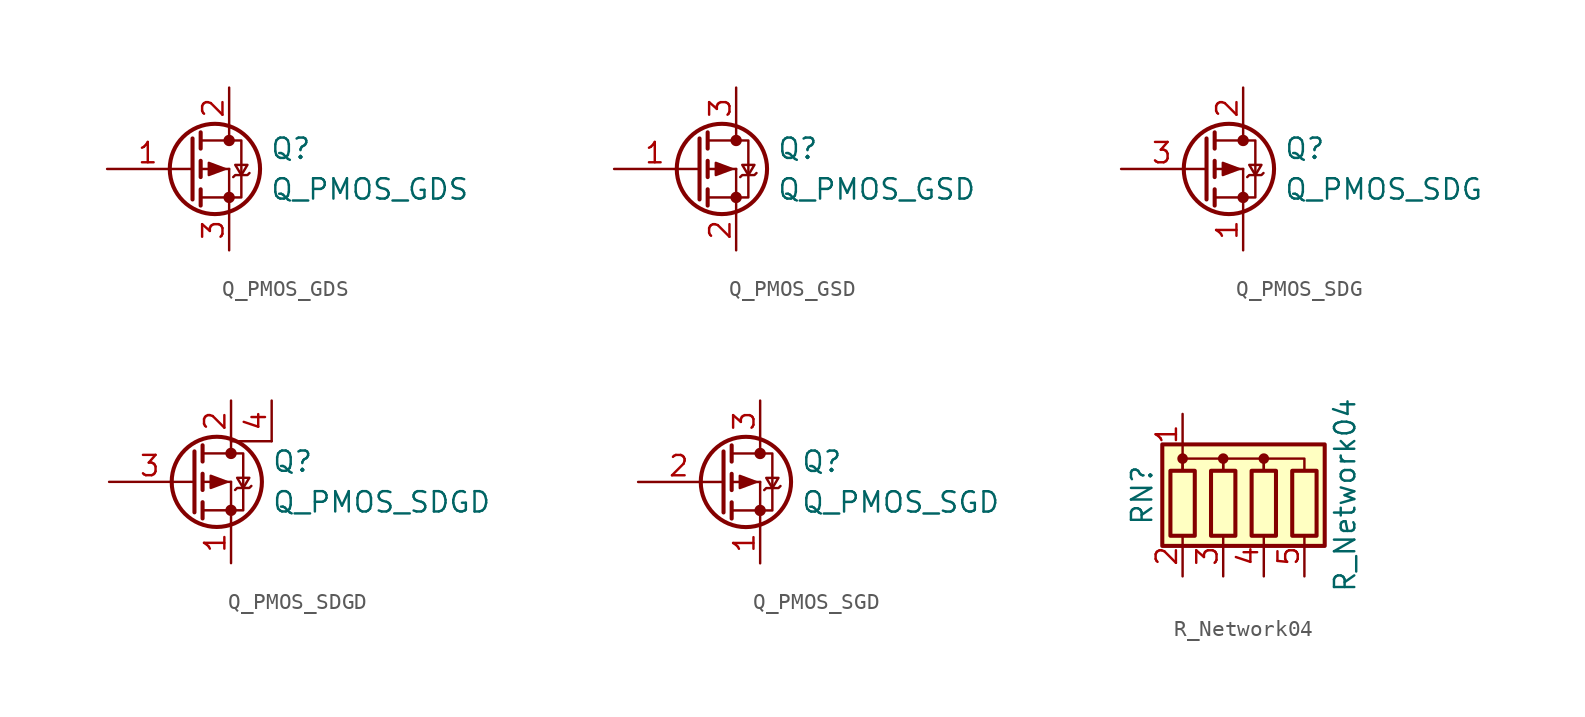
<source format=kicad_sym>
(kicad_symbol_lib
  (version 20201005)
  (generator kicad_symbol_editor)
  (symbol "Q_PMOS_GDS"
    (pin_names
      (offset 0) hide)
    (property "Reference" "Q"
      (at 5.08 1.27 0)
      (effects (font (size 1.27 1.27)) (justify left)))
    (property "Value" "Q_PMOS_GDS"
      (at 5.08 -1.27 0)
      (effects (font (size 1.27 1.27)) (justify left)))
    (symbol "Q_PMOS_GDS_0_1"
      (circle (center 1.651 0) (radius 2.819) (stroke (width 0.254)) (fill (type none)))
      (circle (center 2.54 -1.778) (radius 0.279) (stroke (width 0)) (fill (type outline)))
      (circle (center 2.54 1.778) (radius 0.279) (stroke (width 0)) (fill (type outline)))
      (polyline (pts (xy 0.051 0) (xy 0.254 0)) (stroke (width 0)) (fill (type none)))
      (polyline (pts (xy 0.762 -1.778) (xy 2.54 -1.778)) (stroke (width 0)) (fill (type none)))
      (polyline (pts (xy 0.762 -1.27) (xy 0.762 -2.286)) (stroke (width 0.254)) (fill (type none)))
      (polyline (pts (xy 0.762 0) (xy 2.54 0)) (stroke (width 0)) (fill (type none)))
      (polyline (pts (xy 0.762 0.508) (xy 0.762 -0.508)) (stroke (width 0.254)) (fill (type none)))
      (polyline (pts (xy 0.762 1.778) (xy 2.54 1.778)) (stroke (width 0)) (fill (type none)))
      (polyline (pts (xy 0.762 2.286) (xy 0.762 1.27)) (stroke (width 0.254)) (fill (type none)))
      (polyline (pts (xy 2.54 -1.778) (xy 2.54 -2.54)) (stroke (width 0)) (fill (type none)))
      (polyline (pts (xy 2.54 -1.778) (xy 2.54 0)) (stroke (width 0)) (fill (type none)))
      (polyline (pts (xy 2.54 2.54) (xy 2.54 1.778)) (stroke (width 0)) (fill (type none)))
      (polyline (pts (xy 0.254 1.905) (xy 0.254 -1.905) (xy 0.254 -1.905)) (stroke (width 0.254)) (fill (type none)))
      (polyline (pts (xy 2.54 -1.778) (xy 3.302 -1.778) (xy 3.302 1.778) (xy 2.54 1.778)) (stroke (width 0)) (fill (type none)))
      (polyline (pts (xy 2.794 -0.508) (xy 2.921 -0.381) (xy 3.683 -0.381) (xy 3.81 -0.254)) (stroke (width 0)) (fill (type none)))
      (polyline (pts (xy 3.302 -0.381) (xy 2.921 0.254) (xy 3.683 0.254) (xy 3.302 -0.381)) (stroke (width 0)) (fill (type none)))
      (polyline (pts (xy 2.286 0) (xy 1.27 -0.381) (xy 1.27 0.381) (xy 2.286 0)) (stroke (width 0)) (fill (type outline))))
    (symbol "Q_PMOS_GDS_1_1"
      (pin input line (at -5.08 0 0) (length 5.08) (name "G" (effects (font (size 1.27 1.27)))) (number "1" (effects (font (size 1.27 1.27)))))
      (pin passive line (at 2.54 5.08 270) (length 2.54) (name "D" (effects (font (size 1.27 1.27)))) (number "2" (effects (font (size 1.27 1.27)))))
      (pin passive line (at 2.54 -5.08 90) (length 2.54) (name "S" (effects (font (size 1.27 1.27)))) (number "3" (effects (font (size 1.27 1.27)))))))
  (symbol "Q_PMOS_GSD"
    (pin_names
      (offset 0) hide)
    (property "Reference" "Q"
      (at 5.08 1.27 0)
      (effects (font (size 1.27 1.27)) (justify left)))
    (property "Value" "Q_PMOS_GSD"
      (at 5.08 -1.27 0)
      (effects (font (size 1.27 1.27)) (justify left)))
    (symbol "Q_PMOS_GSD_0_1"
      (circle (center 1.651 0) (radius 2.819) (stroke (width 0.254)) (fill (type none)))
      (circle (center 2.54 -1.778) (radius 0.279) (stroke (width 0)) (fill (type outline)))
      (circle (center 2.54 1.778) (radius 0.279) (stroke (width 0)) (fill (type outline)))
      (polyline (pts (xy 0.051 0) (xy 0.254 0)) (stroke (width 0)) (fill (type none)))
      (polyline (pts (xy 0.762 -1.778) (xy 2.54 -1.778)) (stroke (width 0)) (fill (type none)))
      (polyline (pts (xy 0.762 -1.27) (xy 0.762 -2.286)) (stroke (width 0.254)) (fill (type none)))
      (polyline (pts (xy 0.762 0) (xy 2.54 0)) (stroke (width 0)) (fill (type none)))
      (polyline (pts (xy 0.762 0.508) (xy 0.762 -0.508)) (stroke (width 0.254)) (fill (type none)))
      (polyline (pts (xy 0.762 1.778) (xy 2.54 1.778)) (stroke (width 0)) (fill (type none)))
      (polyline (pts (xy 0.762 2.286) (xy 0.762 1.27)) (stroke (width 0.254)) (fill (type none)))
      (polyline (pts (xy 2.54 -1.778) (xy 2.54 -2.54)) (stroke (width 0)) (fill (type none)))
      (polyline (pts (xy 2.54 -1.778) (xy 2.54 0)) (stroke (width 0)) (fill (type none)))
      (polyline (pts (xy 2.54 2.54) (xy 2.54 1.778)) (stroke (width 0)) (fill (type none)))
      (polyline (pts (xy 0.254 1.905) (xy 0.254 -1.905) (xy 0.254 -1.905)) (stroke (width 0.254)) (fill (type none)))
      (polyline (pts (xy 2.54 -1.778) (xy 3.302 -1.778) (xy 3.302 1.778) (xy 2.54 1.778)) (stroke (width 0)) (fill (type none)))
      (polyline (pts (xy 2.794 -0.508) (xy 2.921 -0.381) (xy 3.683 -0.381) (xy 3.81 -0.254)) (stroke (width 0)) (fill (type none)))
      (polyline (pts (xy 3.302 -0.381) (xy 2.921 0.254) (xy 3.683 0.254) (xy 3.302 -0.381)) (stroke (width 0)) (fill (type none)))
      (polyline (pts (xy 2.286 0) (xy 1.27 -0.381) (xy 1.27 0.381) (xy 2.286 0)) (stroke (width 0)) (fill (type outline))))
    (symbol "Q_PMOS_GSD_1_1"
      (pin input line (at -5.08 0 0) (length 5.08) (name "G" (effects (font (size 1.27 1.27)))) (number "1" (effects (font (size 1.27 1.27)))))
      (pin passive line (at 2.54 -5.08 90) (length 2.54) (name "S" (effects (font (size 1.27 1.27)))) (number "2" (effects (font (size 1.27 1.27)))))
      (pin passive line (at 2.54 5.08 270) (length 2.54) (name "D" (effects (font (size 1.27 1.27)))) (number "3" (effects (font (size 1.27 1.27)))))))
  (symbol "Q_PMOS_SDG"
    (pin_names
      (offset 0) hide)
    (property "Reference" "Q"
      (at 5.08 1.27 0)
      (effects (font (size 1.27 1.27)) (justify left)))
    (property "Value" "Q_PMOS_SDG"
      (at 5.08 -1.27 0)
      (effects (font (size 1.27 1.27)) (justify left)))
    (symbol "Q_PMOS_SDG_0_1"
      (circle (center 1.651 0) (radius 2.819) (stroke (width 0.254)) (fill (type none)))
      (circle (center 2.54 -1.778) (radius 0.279) (stroke (width 0)) (fill (type outline)))
      (circle (center 2.54 1.778) (radius 0.279) (stroke (width 0)) (fill (type outline)))
      (polyline (pts (xy 0.051 0) (xy 0.254 0)) (stroke (width 0)) (fill (type none)))
      (polyline (pts (xy 0.762 -1.778) (xy 2.54 -1.778)) (stroke (width 0)) (fill (type none)))
      (polyline (pts (xy 0.762 -1.27) (xy 0.762 -2.286)) (stroke (width 0.254)) (fill (type none)))
      (polyline (pts (xy 0.762 0) (xy 2.54 0)) (stroke (width 0)) (fill (type none)))
      (polyline (pts (xy 0.762 0.508) (xy 0.762 -0.508)) (stroke (width 0.254)) (fill (type none)))
      (polyline (pts (xy 0.762 1.778) (xy 2.54 1.778)) (stroke (width 0)) (fill (type none)))
      (polyline (pts (xy 0.762 2.286) (xy 0.762 1.27)) (stroke (width 0.254)) (fill (type none)))
      (polyline (pts (xy 2.54 -1.778) (xy 2.54 -2.54)) (stroke (width 0)) (fill (type none)))
      (polyline (pts (xy 2.54 -1.778) (xy 2.54 0)) (stroke (width 0)) (fill (type none)))
      (polyline (pts (xy 2.54 2.54) (xy 2.54 1.778)) (stroke (width 0)) (fill (type none)))
      (polyline (pts (xy 0.254 1.905) (xy 0.254 -1.905) (xy 0.254 -1.905)) (stroke (width 0.254)) (fill (type none)))
      (polyline (pts (xy 2.54 -1.778) (xy 3.302 -1.778) (xy 3.302 1.778) (xy 2.54 1.778)) (stroke (width 0)) (fill (type none)))
      (polyline (pts (xy 2.794 -0.508) (xy 2.921 -0.381) (xy 3.683 -0.381) (xy 3.81 -0.254)) (stroke (width 0)) (fill (type none)))
      (polyline (pts (xy 3.302 -0.381) (xy 2.921 0.254) (xy 3.683 0.254) (xy 3.302 -0.381)) (stroke (width 0)) (fill (type none)))
      (polyline (pts (xy 2.286 0) (xy 1.27 -0.381) (xy 1.27 0.381) (xy 2.286 0)) (stroke (width 0)) (fill (type outline))))
    (symbol "Q_PMOS_SDG_1_1"
      (pin passive line (at 2.54 -5.08 90) (length 2.54) (name "S" (effects (font (size 1.27 1.27)))) (number "1" (effects (font (size 1.27 1.27)))))
      (pin passive line (at 2.54 5.08 270) (length 2.54) (name "D" (effects (font (size 1.27 1.27)))) (number "2" (effects (font (size 1.27 1.27)))))
      (pin input line (at -5.08 0 0) (length 5.08) (name "G" (effects (font (size 1.27 1.27)))) (number "3" (effects (font (size 1.27 1.27)))))))
  (symbol "Q_PMOS_SDGD"
    (pin_names
      (offset 0) hide)
    (property "Reference" "Q"
      (at 5.08 1.27 0)
      (effects (font (size 1.27 1.27)) (justify left)))
    (property "Value" "Q_PMOS_SDGD"
      (at 5.08 -1.27 0)
      (effects (font (size 1.27 1.27)) (justify left)))
    (symbol "Q_PMOS_SDGD_0_1"
      (circle (center 1.651 0) (radius 2.819) (stroke (width 0.254)) (fill (type none)))
      (circle (center 2.54 -1.778) (radius 0.279) (stroke (width 0)) (fill (type outline)))
      (circle (center 2.54 1.778) (radius 0.279) (stroke (width 0)) (fill (type outline)))
      (polyline (pts (xy 0.051 0) (xy 0.254 0)) (stroke (width 0)) (fill (type none)))
      (polyline (pts (xy 0.762 -1.778) (xy 2.54 -1.778)) (stroke (width 0)) (fill (type none)))
      (polyline (pts (xy 0.762 -1.27) (xy 0.762 -2.286)) (stroke (width 0.254)) (fill (type none)))
      (polyline (pts (xy 0.762 0) (xy 2.54 0)) (stroke (width 0)) (fill (type none)))
      (polyline (pts (xy 0.762 0.508) (xy 0.762 -0.508)) (stroke (width 0.254)) (fill (type none)))
      (polyline (pts (xy 0.762 1.778) (xy 2.54 1.778)) (stroke (width 0)) (fill (type none)))
      (polyline (pts (xy 0.762 2.286) (xy 0.762 1.27)) (stroke (width 0.254)) (fill (type none)))
      (polyline (pts (xy 2.54 -1.778) (xy 2.54 -2.54)) (stroke (width 0)) (fill (type none)))
      (polyline (pts (xy 2.54 -1.778) (xy 2.54 0)) (stroke (width 0)) (fill (type none)))
      (polyline (pts (xy 2.54 2.54) (xy 2.54 1.778)) (stroke (width 0)) (fill (type none)))
      (polyline (pts (xy 5.08 2.54) (xy 2.54 2.54)) (stroke (width 0)) (fill (type none)))
      (polyline (pts (xy 0.254 1.905) (xy 0.254 -1.905) (xy 0.254 -1.905)) (stroke (width 0.254)) (fill (type none)))
      (polyline (pts (xy 2.54 -1.778) (xy 3.302 -1.778) (xy 3.302 1.778) (xy 2.54 1.778)) (stroke (width 0)) (fill (type none)))
      (polyline (pts (xy 2.794 -0.508) (xy 2.921 -0.381) (xy 3.683 -0.381) (xy 3.81 -0.254)) (stroke (width 0)) (fill (type none)))
      (polyline (pts (xy 3.302 -0.381) (xy 2.921 0.254) (xy 3.683 0.254) (xy 3.302 -0.381)) (stroke (width 0)) (fill (type none)))
      (polyline (pts (xy 2.286 0) (xy 1.27 -0.381) (xy 1.27 0.381) (xy 2.286 0)) (stroke (width 0)) (fill (type outline))))
    (symbol "Q_PMOS_SDGD_1_1"
      (pin passive line (at 2.54 -5.08 90) (length 2.54) (name "S" (effects (font (size 1.27 1.27)))) (number "1" (effects (font (size 1.27 1.27)))))
      (pin passive line (at 2.54 5.08 270) (length 2.54) (name "D" (effects (font (size 1.27 1.27)))) (number "2" (effects (font (size 1.27 1.27)))))
      (pin input line (at -5.08 0 0) (length 5.08) (name "G" (effects (font (size 1.27 1.27)))) (number "3" (effects (font (size 1.27 1.27)))))
      (pin passive line (at 5.08 5.08 270) (length 2.54) (name "D" (effects (font (size 1.27 1.27)))) (number "4" (effects (font (size 1.27 1.27)))))))
  (symbol "Q_PMOS_SGD"
    (pin_names
      (offset 0) hide)
    (property "Reference" "Q"
      (at 5.08 1.27 0)
      (effects (font (size 1.27 1.27)) (justify left)))
    (property "Value" "Q_PMOS_SGD"
      (at 5.08 -1.27 0)
      (effects (font (size 1.27 1.27)) (justify left)))
    (symbol "Q_PMOS_SGD_0_1"
      (circle (center 1.651 0) (radius 2.819) (stroke (width 0.254)) (fill (type none)))
      (circle (center 2.54 -1.778) (radius 0.279) (stroke (width 0)) (fill (type outline)))
      (circle (center 2.54 1.778) (radius 0.279) (stroke (width 0)) (fill (type outline)))
      (polyline (pts (xy 0.051 0) (xy 0.254 0)) (stroke (width 0)) (fill (type none)))
      (polyline (pts (xy 0.762 -1.778) (xy 2.54 -1.778)) (stroke (width 0)) (fill (type none)))
      (polyline (pts (xy 0.762 -1.27) (xy 0.762 -2.286)) (stroke (width 0.254)) (fill (type none)))
      (polyline (pts (xy 0.762 0) (xy 2.54 0)) (stroke (width 0)) (fill (type none)))
      (polyline (pts (xy 0.762 0.508) (xy 0.762 -0.508)) (stroke (width 0.254)) (fill (type none)))
      (polyline (pts (xy 0.762 1.778) (xy 2.54 1.778)) (stroke (width 0)) (fill (type none)))
      (polyline (pts (xy 0.762 2.286) (xy 0.762 1.27)) (stroke (width 0.254)) (fill (type none)))
      (polyline (pts (xy 2.54 -1.778) (xy 2.54 -2.54)) (stroke (width 0)) (fill (type none)))
      (polyline (pts (xy 2.54 -1.778) (xy 2.54 0)) (stroke (width 0)) (fill (type none)))
      (polyline (pts (xy 2.54 2.54) (xy 2.54 1.778)) (stroke (width 0)) (fill (type none)))
      (polyline (pts (xy 0.254 1.905) (xy 0.254 -1.905) (xy 0.254 -1.905)) (stroke (width 0.254)) (fill (type none)))
      (polyline (pts (xy 2.54 -1.778) (xy 3.302 -1.778) (xy 3.302 1.778) (xy 2.54 1.778)) (stroke (width 0)) (fill (type none)))
      (polyline (pts (xy 2.794 -0.508) (xy 2.921 -0.381) (xy 3.683 -0.381) (xy 3.81 -0.254)) (stroke (width 0)) (fill (type none)))
      (polyline (pts (xy 3.302 -0.381) (xy 2.921 0.254) (xy 3.683 0.254) (xy 3.302 -0.381)) (stroke (width 0)) (fill (type none)))
      (polyline (pts (xy 2.286 0) (xy 1.27 -0.381) (xy 1.27 0.381) (xy 2.286 0)) (stroke (width 0)) (fill (type outline))))
    (symbol "Q_PMOS_SGD_1_1"
      (pin passive line (at 2.54 -5.08 90) (length 2.54) (name "S" (effects (font (size 1.27 1.27)))) (number "1" (effects (font (size 1.27 1.27)))))
      (pin input line (at -5.08 0 0) (length 5.08) (name "G" (effects (font (size 1.27 1.27)))) (number "2" (effects (font (size 1.27 1.27)))))
      (pin passive line (at 2.54 5.08 270) (length 2.54) (name "D" (effects (font (size 1.27 1.27)))) (number "3" (effects (font (size 1.27 1.27)))))))
  (symbol "R_Network04"
    (pin_names
      (offset 0) hide)
    (property "Reference" "RN"
      (at -7.62 0 90)
      (effects (font (size 1.27 1.27))))
    (property "Value" "R_Network04"
      (at 5.08 0 90)
      (effects (font (size 1.27 1.27))))
    (symbol "R_Network04_0_1"
      (circle (center -5.08 2.286) (radius 0.254) (stroke (width 0)) (fill (type outline)))
      (circle (center -2.54 2.286) (radius 0.254) (stroke (width 0)) (fill (type outline)))
      (circle (center 0 2.286) (radius 0.254) (stroke (width 0)) (fill (type outline)))
      (rectangle (start -5.842 1.524) (end -4.318 -2.54) (stroke (width 0.254)) (fill (type none)))
      (rectangle (start -3.302 1.524) (end -1.778 -2.54) (stroke (width 0.254)) (fill (type none)))
      (rectangle (start -0.762 1.524) (end 0.762 -2.54) (stroke (width 0.254)) (fill (type none)))
      (rectangle (start 1.778 1.524) (end 3.302 -2.54) (stroke (width 0.254)) (fill (type none)))
      (rectangle (start -6.35 -3.175) (end 3.81 3.175) (stroke (width 0.254)) (fill (type background)))
      (polyline (pts (xy -5.08 2.54) (xy -5.08 1.524)) (stroke (width 0)) (fill (type none)))
      (polyline (pts (xy -5.08 1.524) (xy -5.08 2.286) (xy -2.54 2.286) (xy -2.54 1.524)) (stroke (width 0)) (fill (type none)))
      (polyline (pts (xy -2.54 1.524) (xy -2.54 2.286) (xy 0 2.286) (xy 0 1.524)) (stroke (width 0)) (fill (type none)))
      (polyline (pts (xy 0 1.524) (xy 0 2.286) (xy 2.54 2.286) (xy 2.54 1.524)) (stroke (width 0)) (fill (type none))))
    (symbol "R_Network04_1_1"
      (pin passive line (at -5.08 5.08 270) (length 2.54) (name "common" (effects (font (size 1.27 1.27)))) (number "1" (effects (font (size 1.27 1.27)))))
      (pin passive line (at -5.08 -5.08 90) (length 2.54) (name "R1" (effects (font (size 1.27 1.27)))) (number "2" (effects (font (size 1.27 1.27)))))
      (pin passive line (at -2.54 -5.08 90) (length 2.54) (name "R2" (effects (font (size 1.27 1.27)))) (number "3" (effects (font (size 1.27 1.27)))))
      (pin passive line (at 0 -5.08 90) (length 2.54) (name "R3" (effects (font (size 1.27 1.27)))) (number "4" (effects (font (size 1.27 1.27)))))
      (pin passive line (at 2.54 -5.08 90) (length 2.54) (name "R4" (effects (font (size 1.27 1.27)))) (number "5" (effects (font (size 1.27 1.27))))))))
</source>
